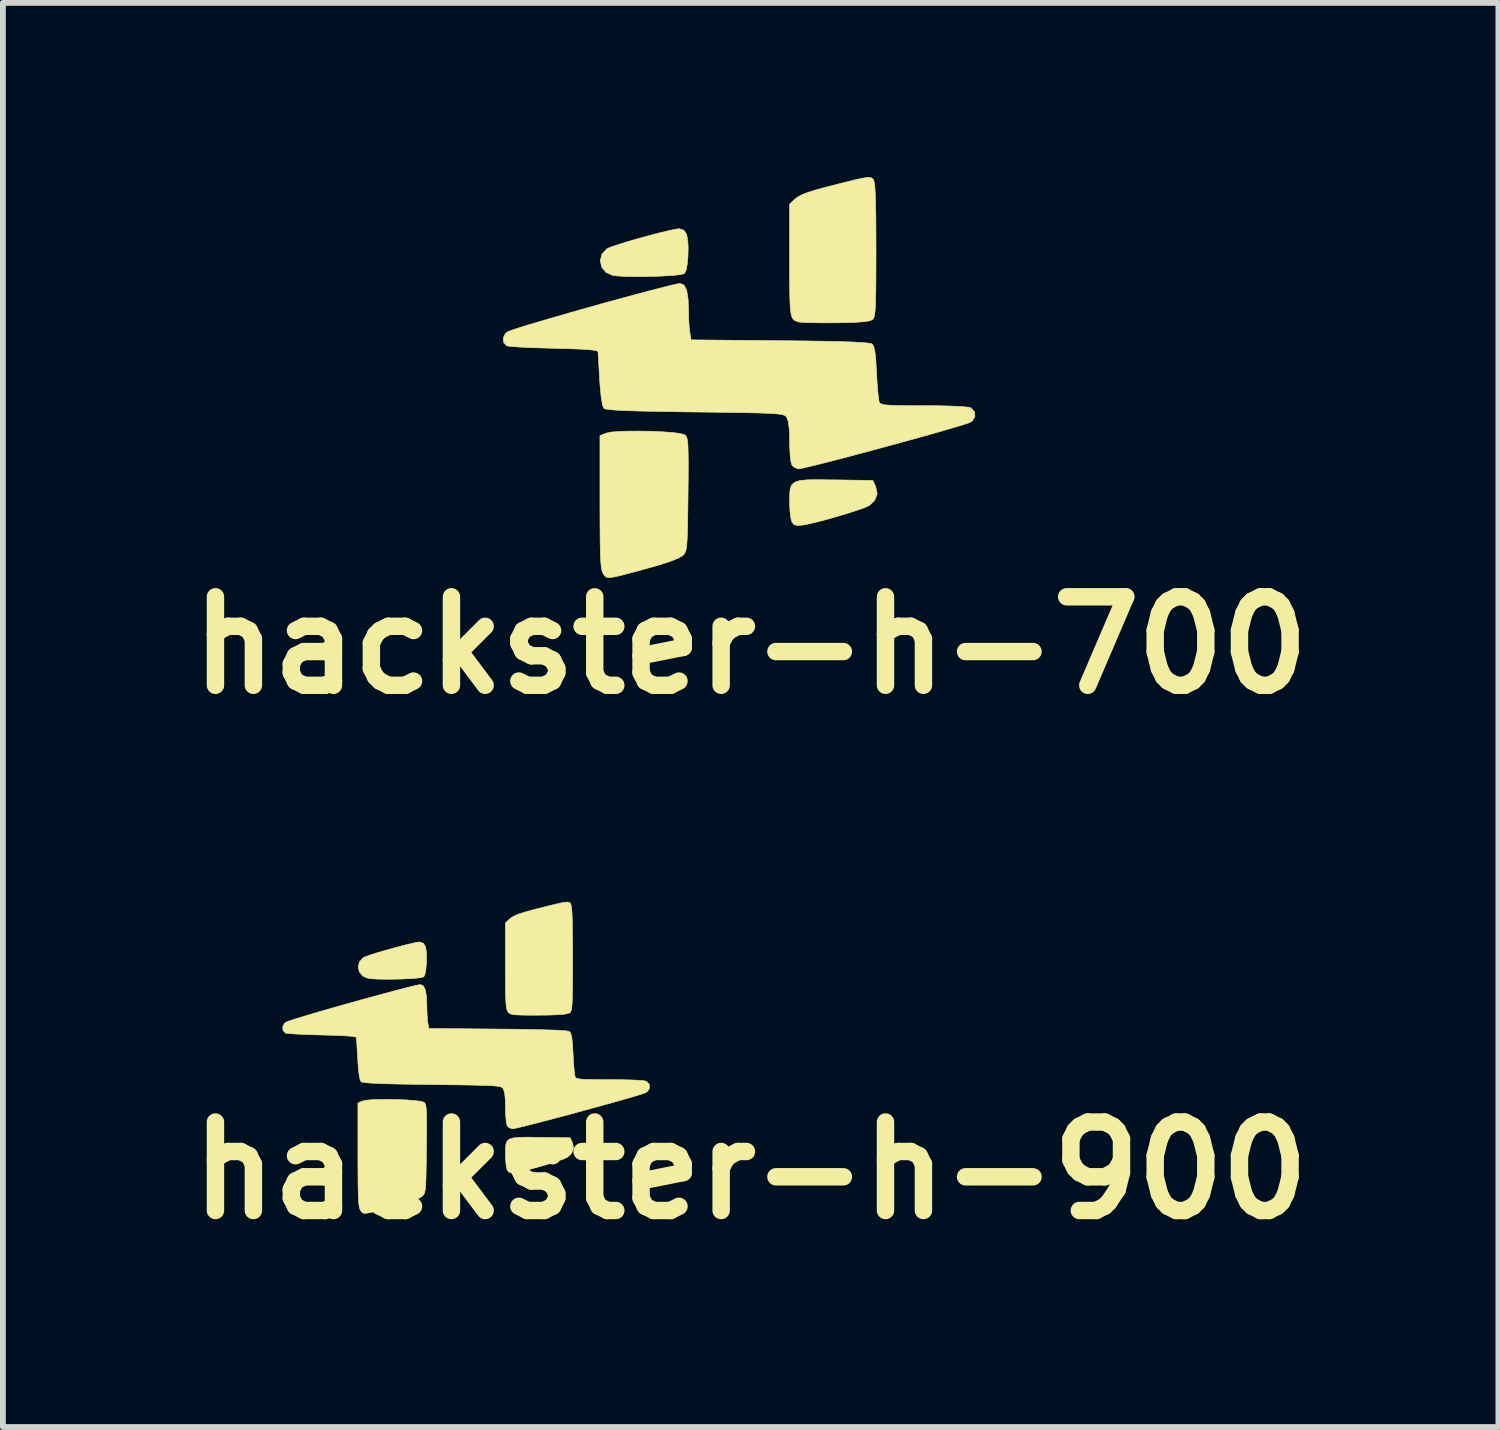
<source format=kicad_pcb>
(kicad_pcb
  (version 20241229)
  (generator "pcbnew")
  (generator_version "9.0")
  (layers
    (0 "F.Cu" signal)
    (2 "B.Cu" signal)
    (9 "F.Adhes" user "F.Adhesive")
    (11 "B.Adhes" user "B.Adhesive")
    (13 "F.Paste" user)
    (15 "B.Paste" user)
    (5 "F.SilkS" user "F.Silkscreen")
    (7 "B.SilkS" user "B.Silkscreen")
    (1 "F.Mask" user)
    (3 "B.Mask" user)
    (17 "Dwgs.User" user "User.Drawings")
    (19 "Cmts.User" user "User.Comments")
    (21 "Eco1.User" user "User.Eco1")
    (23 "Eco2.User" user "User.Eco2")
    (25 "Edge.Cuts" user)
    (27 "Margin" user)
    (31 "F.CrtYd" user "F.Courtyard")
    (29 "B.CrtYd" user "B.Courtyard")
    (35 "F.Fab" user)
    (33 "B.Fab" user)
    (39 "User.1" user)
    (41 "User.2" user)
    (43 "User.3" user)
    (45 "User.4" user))
  (footprint "hackster-h-700"
    (layer "F.Cu")
    (at 9.677 3.537)
    (property "Reference" "hackster-h-700" (at 0.2 4.525 0) (layer "F.SilkS") (effects (font (size 1.524 1.524) (thickness 0.3))))
    (attr through_hole)
    (fp_poly (pts (xy 1.608 1.677) (xy 1.654 1.677) (xy 2.303 1.687) (xy 2.353 1.791) (xy 2.379 1.918) (xy 2.335 2.033) (xy 2.242 2.119) (xy 2.173 2.151) (xy 2.05 2.195) (xy 1.889 2.247) (xy 1.707 2.302) (xy 1.52 2.356) (xy 1.343 2.402) (xy 1.194 2.437) (xy 1.101 2.455) (xy 1 2.463) (xy 0.944 2.445) (xy 0.911 2.402) (xy 0.891 2.329) (xy 0.877 2.21) (xy 0.871 2.068) (xy 0.871 2.058) (xy 0.872 1.929) (xy 0.881 1.832) (xy 0.907 1.763) (xy 0.959 1.717) (xy 1.046 1.689) (xy 1.177 1.676) (xy 1.361 1.674) (xy 1.608 1.677)) (stroke (width 0.01) (type solid)) (fill yes) (layer "F.SilkS"))
    (fp_poly (pts (xy -0.946 -2.619) (xy -0.903 -2.549) (xy -0.884 -2.456) (xy -0.876 -2.326) (xy -0.879 -2.18) (xy -0.891 -2.042) (xy -0.912 -1.933) (xy -0.937 -1.879) (xy -0.988 -1.862) (xy -1.097 -1.848) (xy -1.248 -1.837) (xy -1.427 -1.829) (xy -1.617 -1.824) (xy -1.805 -1.823) (xy -1.975 -1.827) (xy -2.111 -1.836) (xy -2.176 -1.845) (xy -2.292 -1.897) (xy -2.365 -1.988) (xy -2.389 -2.099) (xy -2.361 -2.211) (xy -2.276 -2.302) (xy -2.276 -2.302) (xy -2.212 -2.331) (xy -2.093 -2.371) (xy -1.934 -2.421) (xy -1.752 -2.474) (xy -1.561 -2.527) (xy -1.377 -2.575) (xy -1.215 -2.614) (xy -1.092 -2.64) (xy -1.025 -2.649) (xy -0.946 -2.619)) (stroke (width 0.01) (type solid)) (fill yes) (layer "F.SilkS"))
    (fp_poly (pts (xy 2.269 -3.529) (xy 2.299 -3.512) (xy 2.313 -3.495) (xy 2.327 -3.457) (xy 2.338 -3.38) (xy 2.346 -3.258) (xy 2.352 -3.086) (xy 2.356 -2.858) (xy 2.358 -2.567) (xy 2.359 -2.284) (xy 2.358 -1.961) (xy 2.357 -1.703) (xy 2.354 -1.503) (xy 2.35 -1.353) (xy 2.344 -1.244) (xy 2.335 -1.17) (xy 2.324 -1.123) (xy 2.309 -1.095) (xy 2.299 -1.084) (xy 2.252 -1.063) (xy 2.163 -1.048) (xy 2.024 -1.037) (xy 1.826 -1.03) (xy 1.673 -1.028) (xy 1.472 -1.027) (xy 1.293 -1.029) (xy 1.15 -1.032) (xy 1.058 -1.038) (xy 1.034 -1.041) (xy 0.986 -1.055) (xy 0.949 -1.074) (xy 0.921 -1.107) (xy 0.9 -1.162) (xy 0.886 -1.248) (xy 0.878 -1.371) (xy 0.873 -1.541) (xy 0.871 -1.766) (xy 0.871 -2.054) (xy 0.871 -2.103) (xy 0.871 -3.072) (xy 0.957 -3.153) (xy 1.008 -3.193) (xy 1.077 -3.231) (xy 1.173 -3.269) (xy 1.307 -3.312) (xy 1.488 -3.362) (xy 1.726 -3.423) (xy 1.832 -3.449) (xy 2.015 -3.494) (xy 2.14 -3.521) (xy 2.221 -3.532) (xy 2.269 -3.529)) (stroke (width 0.01) (type solid)) (fill yes) (layer "F.SilkS"))
    (fp_poly (pts (xy -1.512 0.84) (xy -1.319 0.849) (xy -1.15 0.861) (xy -1.018 0.878) (xy -0.94 0.898) (xy -0.929 0.904) (xy -0.911 0.925) (xy -0.896 0.96) (xy -0.886 1.016) (xy -0.879 1.102) (xy -0.876 1.228) (xy -0.874 1.4) (xy -0.875 1.628) (xy -0.878 1.92) (xy -0.878 1.928) (xy -0.882 2.219) (xy -0.885 2.447) (xy -0.89 2.62) (xy -0.896 2.746) (xy -0.905 2.835) (xy -0.916 2.894) (xy -0.932 2.934) (xy -0.951 2.963) (xy -0.965 2.977) (xy -1.041 3.023) (xy -1.183 3.08) (xy -1.386 3.146) (xy -1.546 3.191) (xy -1.788 3.258) (xy -1.97 3.306) (xy -2.102 3.339) (xy -2.192 3.356) (xy -2.25 3.359) (xy -2.287 3.351) (xy -2.312 3.33) (xy -2.334 3.3) (xy -2.337 3.296) (xy -2.353 3.265) (xy -2.366 3.217) (xy -2.376 3.146) (xy -2.384 3.043) (xy -2.389 2.9) (xy -2.392 2.711) (xy -2.394 2.466) (xy -2.395 2.159) (xy -2.395 2.065) (xy -2.395 0.916) (xy -2.291 0.873) (xy -2.21 0.855) (xy -2.076 0.844) (xy -1.905 0.838) (xy -1.712 0.837) (xy -1.512 0.84)) (stroke (width 0.01) (type solid)) (fill yes) (layer "F.SilkS"))
    (fp_poly (pts (xy -0.946 -1.676) (xy -0.901 -1.587) (xy -0.877 -1.434) (xy -0.87 -1.259) (xy -0.867 -1.106) (xy -0.859 -0.963) (xy -0.848 -0.866) (xy -0.826 -0.734) (xy 0.707 -0.72) (xy 1.111 -0.716) (xy 1.447 -0.711) (xy 1.72 -0.705) (xy 1.934 -0.698) (xy 2.094 -0.69) (xy 2.204 -0.681) (xy 2.271 -0.671) (xy 2.294 -0.661) (xy 2.32 -0.619) (xy 2.34 -0.533) (xy 2.355 -0.394) (xy 2.367 -0.193) (xy 2.368 -0.172) (xy 2.378 0.005) (xy 2.39 0.16) (xy 2.402 0.276) (xy 2.414 0.336) (xy 2.414 0.336) (xy 2.428 0.357) (xy 2.457 0.373) (xy 2.512 0.385) (xy 2.6 0.392) (xy 2.733 0.397) (xy 2.918 0.399) (xy 3.166 0.399) (xy 3.181 0.399) (xy 3.438 0.401) (xy 3.657 0.406) (xy 3.829 0.415) (xy 3.945 0.425) (xy 3.994 0.437) (xy 4.055 0.503) (xy 4.062 0.586) (xy 4.017 0.662) (xy 3.967 0.692) (xy 3.877 0.722) (xy 3.732 0.766) (xy 3.54 0.822) (xy 3.312 0.888) (xy 3.056 0.959) (xy 2.781 1.035) (xy 2.497 1.112) (xy 2.214 1.189) (xy 1.94 1.262) (xy 1.685 1.329) (xy 1.458 1.387) (xy 1.269 1.434) (xy 1.127 1.468) (xy 1.041 1.486) (xy 1.023 1.488) (xy 0.945 1.458) (xy 0.908 1.418) (xy 0.892 1.351) (xy 0.879 1.233) (xy 0.872 1.083) (xy 0.871 1.007) (xy 0.866 0.809) (xy 0.849 0.675) (xy 0.821 0.599) (xy 0.819 0.597) (xy 0.804 0.579) (xy 0.781 0.565) (xy 0.743 0.553) (xy 0.684 0.544) (xy 0.597 0.536) (xy 0.476 0.53) (xy 0.314 0.524) (xy 0.103 0.52) (xy -0.161 0.516) (xy -0.487 0.511) (xy -0.757 0.508) (xy -1.154 0.503) (xy -1.483 0.497) (xy -1.75 0.491) (xy -1.959 0.484) (xy -2.116 0.476) (xy -2.227 0.467) (xy -2.296 0.457) (xy -2.327 0.445) (xy -2.328 0.444) (xy -2.352 0.385) (xy -2.373 0.261) (xy -2.391 0.081) (xy -2.4 -0.046) (xy -2.41 -0.221) (xy -2.419 -0.37) (xy -2.425 -0.479) (xy -2.428 -0.531) (xy -2.428 -0.532) (xy -2.456 -0.548) (xy -2.54 -0.561) (xy -2.683 -0.572) (xy -2.891 -0.581) (xy -3.166 -0.588) (xy -3.184 -0.589) (xy -3.414 -0.595) (xy -3.622 -0.602) (xy -3.796 -0.611) (xy -3.923 -0.621) (xy -3.994 -0.63) (xy -4 -0.633) (xy -4.053 -0.689) (xy -4.06 -0.77) (xy -4.022 -0.846) (xy -3.989 -0.872) (xy -3.925 -0.897) (xy -3.802 -0.938) (xy -3.628 -0.992) (xy -3.413 -1.056) (xy -3.166 -1.128) (xy -2.896 -1.206) (xy -2.614 -1.286) (xy -2.328 -1.366) (xy -2.047 -1.443) (xy -1.782 -1.515) (xy -1.541 -1.579) (xy -1.333 -1.633) (xy -1.169 -1.674) (xy -1.057 -1.699) (xy -1.011 -1.705) (xy -0.946 -1.676)) (stroke (width 0.01) (type solid)) (fill yes) (layer "F.SilkS")))
  (footprint "hackster-h-900"
    (layer "F.Cu")
    (at 4.977 15.232)
    (property "Reference" "hackster-h-900" (at 4.9 1.875 0) (layer "F.SilkS") (effects (font (size 1.524 1.524) (thickness 0.3))))
    (attr through_hole)
    (fp_poly (pts (xy 1.25 1.304) (xy 1.287 1.305) (xy 1.791 1.312) (xy 1.83 1.393) (xy 1.85 1.491) (xy 1.816 1.581) (xy 1.744 1.648) (xy 1.69 1.673) (xy 1.595 1.707) (xy 1.47 1.748) (xy 1.328 1.791) (xy 1.182 1.832) (xy 1.045 1.868) (xy 0.929 1.896) (xy 0.857 1.909) (xy 0.778 1.916) (xy 0.734 1.902) (xy 0.708 1.868) (xy 0.693 1.812) (xy 0.682 1.719) (xy 0.677 1.608) (xy 0.677 1.601) (xy 0.678 1.5) (xy 0.685 1.425) (xy 0.705 1.371) (xy 0.746 1.335) (xy 0.814 1.314) (xy 0.916 1.304) (xy 1.059 1.302) (xy 1.25 1.304)) (stroke (width 0.01) (type solid)) (fill yes) (layer "F.SilkS"))
    (fp_poly (pts (xy -0.736 -2.037) (xy -0.702 -1.983) (xy -0.687 -1.91) (xy -0.681 -1.809) (xy -0.684 -1.696) (xy -0.693 -1.588) (xy -0.709 -1.503) (xy -0.729 -1.461) (xy -0.769 -1.448) (xy -0.853 -1.437) (xy -0.971 -1.429) (xy -1.11 -1.422) (xy -1.258 -1.419) (xy -1.404 -1.418) (xy -1.536 -1.421) (xy -1.642 -1.428) (xy -1.692 -1.435) (xy -1.783 -1.475) (xy -1.839 -1.547) (xy -1.858 -1.633) (xy -1.836 -1.719) (xy -1.77 -1.791) (xy -1.77 -1.791) (xy -1.72 -1.813) (xy -1.628 -1.844) (xy -1.504 -1.883) (xy -1.362 -1.924) (xy -1.214 -1.965) (xy -1.071 -2.003) (xy -0.945 -2.033) (xy -0.849 -2.054) (xy -0.798 -2.06) (xy -0.736 -2.037)) (stroke (width 0.01) (type solid)) (fill yes) (layer "F.SilkS"))
    (fp_poly (pts (xy 1.765 -2.745) (xy 1.788 -2.732) (xy 1.799 -2.718) (xy 1.81 -2.689) (xy 1.818 -2.629) (xy 1.825 -2.534) (xy 1.829 -2.4) (xy 1.832 -2.223) (xy 1.834 -1.997) (xy 1.834 -1.776) (xy 1.834 -1.525) (xy 1.833 -1.325) (xy 1.831 -1.169) (xy 1.828 -1.052) (xy 1.823 -0.968) (xy 1.816 -0.91) (xy 1.807 -0.873) (xy 1.796 -0.851) (xy 1.788 -0.843) (xy 1.751 -0.827) (xy 1.682 -0.815) (xy 1.574 -0.807) (xy 1.42 -0.801) (xy 1.301 -0.8) (xy 1.145 -0.799) (xy 1.006 -0.8) (xy 0.895 -0.803) (xy 0.823 -0.807) (xy 0.804 -0.81) (xy 0.767 -0.821) (xy 0.738 -0.836) (xy 0.716 -0.861) (xy 0.7 -0.904) (xy 0.689 -0.97) (xy 0.683 -1.066) (xy 0.679 -1.199) (xy 0.678 -1.374) (xy 0.677 -1.598) (xy 0.677 -2.389) (xy 0.745 -2.452) (xy 0.784 -2.484) (xy 0.838 -2.513) (xy 0.912 -2.543) (xy 1.016 -2.576) (xy 1.157 -2.615) (xy 1.343 -2.662) (xy 1.425 -2.683) (xy 1.567 -2.717) (xy 1.665 -2.738) (xy 1.727 -2.747) (xy 1.765 -2.745)) (stroke (width 0.01) (type solid)) (fill yes) (layer "F.SilkS"))
    (fp_poly (pts (xy -1.176 0.654) (xy -1.026 0.66) (xy -0.894 0.67) (xy -0.792 0.683) (xy -0.731 0.698) (xy -0.723 0.703) (xy -0.708 0.719) (xy -0.697 0.746) (xy -0.689 0.79) (xy -0.684 0.857) (xy -0.681 0.955) (xy -0.68 1.089) (xy -0.681 1.266) (xy -0.683 1.493) (xy -0.683 1.5) (xy -0.686 1.726) (xy -0.689 1.903) (xy -0.692 2.038) (xy -0.697 2.136) (xy -0.704 2.205) (xy -0.713 2.251) (xy -0.725 2.282) (xy -0.74 2.304) (xy -0.751 2.316) (xy -0.809 2.352) (xy -0.92 2.396) (xy -1.078 2.447) (xy -1.202 2.482) (xy -1.391 2.534) (xy -1.532 2.572) (xy -1.635 2.597) (xy -1.705 2.61) (xy -1.75 2.613) (xy -1.779 2.606) (xy -1.798 2.59) (xy -1.815 2.567) (xy -1.818 2.564) (xy -1.83 2.539) (xy -1.84 2.502) (xy -1.848 2.447) (xy -1.854 2.367) (xy -1.858 2.256) (xy -1.861 2.108) (xy -1.862 1.918) (xy -1.863 1.679) (xy -1.863 1.606) (xy -1.863 0.712) (xy -1.782 0.679) (xy -1.719 0.665) (xy -1.615 0.656) (xy -1.482 0.651) (xy -1.332 0.651) (xy -1.176 0.654)) (stroke (width 0.01) (type solid)) (fill yes) (layer "F.SilkS"))
    (fp_poly (pts (xy -0.736 -1.304) (xy -0.701 -1.234) (xy -0.682 -1.115) (xy -0.677 -0.979) (xy -0.674 -0.86) (xy -0.668 -0.749) (xy -0.66 -0.674) (xy -0.643 -0.571) (xy 0.55 -0.56) (xy 0.864 -0.557) (xy 1.125 -0.553) (xy 1.337 -0.548) (xy 1.504 -0.543) (xy 1.628 -0.537) (xy 1.715 -0.53) (xy 1.766 -0.522) (xy 1.785 -0.514) (xy 1.804 -0.481) (xy 1.82 -0.414) (xy 1.832 -0.306) (xy 1.841 -0.15) (xy 1.842 -0.134) (xy 1.849 0.004) (xy 1.859 0.125) (xy 1.868 0.214) (xy 1.877 0.261) (xy 1.877 0.261) (xy 1.888 0.278) (xy 1.911 0.29) (xy 1.954 0.299) (xy 2.023 0.305) (xy 2.125 0.308) (xy 2.27 0.31) (xy 2.463 0.31) (xy 2.474 0.31) (xy 2.674 0.312) (xy 2.844 0.316) (xy 2.978 0.322) (xy 3.068 0.331) (xy 3.106 0.34) (xy 3.154 0.391) (xy 3.159 0.456) (xy 3.124 0.515) (xy 3.085 0.538) (xy 3.016 0.562) (xy 2.903 0.596) (xy 2.754 0.64) (xy 2.576 0.69) (xy 2.377 0.746) (xy 2.163 0.805) (xy 1.942 0.865) (xy 1.722 0.925) (xy 1.509 0.981) (xy 1.311 1.033) (xy 1.134 1.079) (xy 0.987 1.116) (xy 0.877 1.142) (xy 0.81 1.156) (xy 0.796 1.157) (xy 0.735 1.134) (xy 0.707 1.103) (xy 0.694 1.051) (xy 0.684 0.959) (xy 0.678 0.843) (xy 0.677 0.783) (xy 0.673 0.629) (xy 0.661 0.525) (xy 0.639 0.466) (xy 0.637 0.464) (xy 0.625 0.451) (xy 0.607 0.439) (xy 0.578 0.43) (xy 0.532 0.423) (xy 0.465 0.417) (xy 0.37 0.412) (xy 0.244 0.408) (xy 0.08 0.404) (xy -0.126 0.401) (xy -0.379 0.398) (xy -0.589 0.395) (xy -0.897 0.391) (xy -1.153 0.387) (xy -1.361 0.382) (xy -1.524 0.377) (xy -1.646 0.37) (xy -1.732 0.363) (xy -1.785 0.355) (xy -1.81 0.346) (xy -1.811 0.345) (xy -1.829 0.299) (xy -1.846 0.203) (xy -1.86 0.063) (xy -1.866 -0.036) (xy -1.874 -0.172) (xy -1.881 -0.288) (xy -1.886 -0.372) (xy -1.889 -0.413) (xy -1.889 -0.413) (xy -1.91 -0.426) (xy -1.975 -0.436) (xy -2.087 -0.445) (xy -2.248 -0.452) (xy -2.463 -0.458) (xy -2.477 -0.458) (xy -2.655 -0.463) (xy -2.817 -0.469) (xy -2.952 -0.476) (xy -3.052 -0.483) (xy -3.106 -0.49) (xy -3.111 -0.492) (xy -3.152 -0.536) (xy -3.158 -0.599) (xy -3.128 -0.658) (xy -3.102 -0.678) (xy -3.053 -0.698) (xy -2.957 -0.73) (xy -2.822 -0.771) (xy -2.654 -0.822) (xy -2.462 -0.878) (xy -2.253 -0.938) (xy -2.033 -1) (xy -1.811 -1.062) (xy -1.592 -1.122) (xy -1.386 -1.178) (xy -1.198 -1.228) (xy -1.037 -1.27) (xy -0.909 -1.302) (xy -0.822 -1.321) (xy -0.786 -1.326) (xy -0.736 -1.304)) (stroke (width 0.01) (type solid)) (fill yes) (layer "F.SilkS")))
  (gr_rect
    (start -3 -3)
    (end 22.754 21.525)
    (stroke (width 0.1) (type default))
    (fill no)
    (layer "Edge.Cuts")))
</source>
